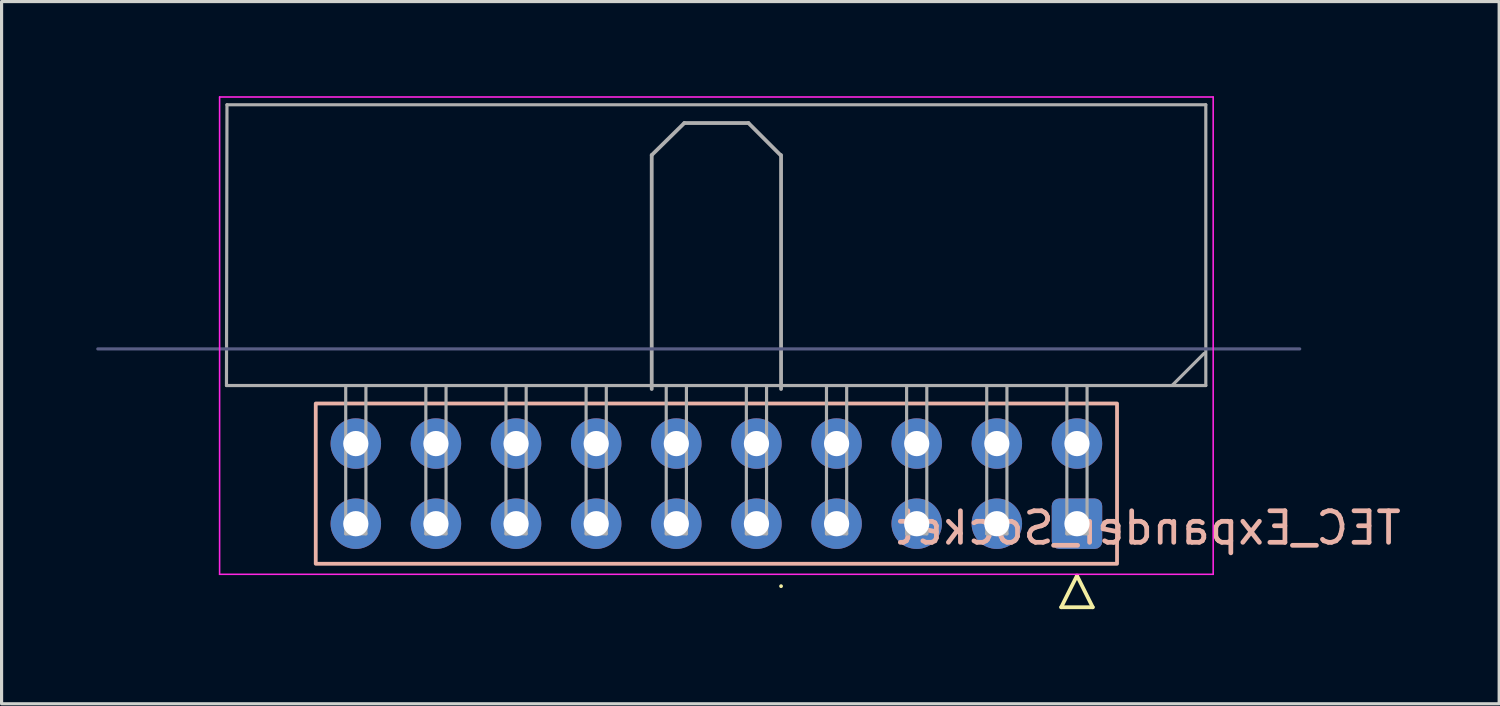
<source format=kicad_pcb>
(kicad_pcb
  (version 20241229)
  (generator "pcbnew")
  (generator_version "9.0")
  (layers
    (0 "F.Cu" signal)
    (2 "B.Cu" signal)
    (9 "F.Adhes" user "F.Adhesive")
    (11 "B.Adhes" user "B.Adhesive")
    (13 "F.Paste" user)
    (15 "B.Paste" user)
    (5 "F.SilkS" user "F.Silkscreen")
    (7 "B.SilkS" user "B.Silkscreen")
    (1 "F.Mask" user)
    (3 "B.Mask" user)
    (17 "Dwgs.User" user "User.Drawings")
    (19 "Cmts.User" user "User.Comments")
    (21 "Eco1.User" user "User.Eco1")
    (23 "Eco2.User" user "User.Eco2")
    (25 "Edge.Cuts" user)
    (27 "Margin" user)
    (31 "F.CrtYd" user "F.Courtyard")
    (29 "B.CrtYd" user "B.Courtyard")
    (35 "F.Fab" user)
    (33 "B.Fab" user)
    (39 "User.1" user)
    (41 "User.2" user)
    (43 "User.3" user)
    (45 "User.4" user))
  (footprint "TEC_Expander_Socket"
    (layer "F.Cu")
    (at 31.089 11.01)
    (property "Reference" "TEC_Expander_Socket" (at 2.282 2.676 180) (layer "B.SilkS") (effects (font (size 1 1) (thickness 0.15)) (justify mirror)))
    (attr through_hole)
    (fp_line (start -9.38 4.521) (end -9.38 4.521) (stroke (width 0.12) (type solid)) (layer "F.SilkS"))
    (fp_line (start -0.5 5.189) (end 0.5 5.189) (stroke (width 0.12) (type solid)) (layer "F.SilkS"))
    (fp_line (start 0 4.189) (end -0.5 5.189) (stroke (width 0.12) (type solid)) (layer "F.SilkS"))
    (fp_line (start 0.5 5.189) (end 0 4.189) (stroke (width 0.12) (type solid)) (layer "F.SilkS"))
    (fp_rect (start 1.27 3.811) (end -24.13 -1.269) (stroke (width 0.12) (type solid)) (fill no) (layer "B.SilkS"))
    (fp_line (start -27.178 -10.985) (end -27.178 4.145) (stroke (width 0.05) (type solid)) (layer "F.CrtYd"))
    (fp_line (start -27.178 4.145) (end 4.318 4.145) (stroke (width 0.05) (type solid)) (layer "F.CrtYd"))
    (fp_line (start 4.318 -10.985) (end -27.178 -10.985) (stroke (width 0.05) (type solid)) (layer "F.CrtYd"))
    (fp_line (start 4.318 4.145) (end 4.318 -10.985) (stroke (width 0.05) (type solid)) (layer "F.CrtYd"))
    (fp_line (start 7.061 -3) (end -31.039 -3) (stroke (width 0.1) (type solid)) (layer "B.Fab"))
    (fp_line (start -26.96 -1.839) (end -26.944 -10.739) (stroke (width 0.1) (type solid)) (layer "F.Fab"))
    (fp_line (start -26.944 -10.739) (end 4.084 -10.739) (stroke (width 0.1) (type solid)) (layer "F.Fab"))
    (fp_line (start -23.18 -1.839) (end -23.18 2.861) (stroke (width 0.1) (type solid)) (layer "F.Fab"))
    (fp_line (start -23.18 2.861) (end -22.54 2.861) (stroke (width 0.1) (type solid)) (layer "F.Fab"))
    (fp_line (start -22.54 2.861) (end -22.54 -1.839) (stroke (width 0.1) (type solid)) (layer "F.Fab"))
    (fp_line (start -20.64 -1.839) (end -20.64 2.861) (stroke (width 0.1) (type solid)) (layer "F.Fab"))
    (fp_line (start -20.64 2.861) (end -20 2.861) (stroke (width 0.1) (type solid)) (layer "F.Fab"))
    (fp_line (start -20 2.861) (end -20 -1.839) (stroke (width 0.1) (type solid)) (layer "F.Fab"))
    (fp_line (start -18.1 -1.839) (end -18.1 2.861) (stroke (width 0.1) (type solid)) (layer "F.Fab"))
    (fp_line (start -18.1 2.861) (end -17.46 2.861) (stroke (width 0.1) (type solid)) (layer "F.Fab"))
    (fp_line (start -17.46 2.861) (end -17.46 -1.839) (stroke (width 0.1) (type solid)) (layer "F.Fab"))
    (fp_line (start -15.56 -1.839) (end -15.56 2.861) (stroke (width 0.1) (type solid)) (layer "F.Fab"))
    (fp_line (start -15.56 2.861) (end -14.92 2.861) (stroke (width 0.1) (type solid)) (layer "F.Fab"))
    (fp_line (start -14.92 2.861) (end -14.92 -1.839) (stroke (width 0.1) (type solid)) (layer "F.Fab"))
    (fp_line (start -13.48 -9.144) (end -12.446 -10.16) (stroke (width 0.12) (type solid)) (layer "F.Fab"))
    (fp_line (start -13.48 -1.729) (end -13.48 -9.144) (stroke (width 0.12) (type solid)) (layer "F.Fab"))
    (fp_line (start -13.02 -1.839) (end -13.02 2.861) (stroke (width 0.1) (type solid)) (layer "F.Fab"))
    (fp_line (start -13.02 2.861) (end -12.38 2.861) (stroke (width 0.1) (type solid)) (layer "F.Fab"))
    (fp_line (start -12.446 -10.16) (end -10.414 -10.16) (stroke (width 0.12) (type solid)) (layer "F.Fab"))
    (fp_line (start -12.38 2.861) (end -12.38 -1.839) (stroke (width 0.1) (type solid)) (layer "F.Fab"))
    (fp_line (start -10.48 -1.839) (end -10.48 2.861) (stroke (width 0.1) (type solid)) (layer "F.Fab"))
    (fp_line (start -10.48 2.861) (end -9.84 2.861) (stroke (width 0.1) (type solid)) (layer "F.Fab"))
    (fp_line (start -9.84 2.861) (end -9.84 -1.839) (stroke (width 0.1) (type solid)) (layer "F.Fab"))
    (fp_line (start -9.398 -9.144) (end -10.414 -10.16) (stroke (width 0.12) (type solid)) (layer "F.Fab"))
    (fp_line (start -9.38 -1.729) (end -9.38 -9.144) (stroke (width 0.12) (type solid)) (layer "F.Fab"))
    (fp_line (start -7.94 -1.839) (end -7.94 2.861) (stroke (width 0.1) (type solid)) (layer "F.Fab"))
    (fp_line (start -7.94 2.861) (end -7.3 2.861) (stroke (width 0.1) (type solid)) (layer "F.Fab"))
    (fp_line (start -7.3 2.861) (end -7.3 -1.839) (stroke (width 0.1) (type solid)) (layer "F.Fab"))
    (fp_line (start -5.4 -1.839) (end -5.4 2.861) (stroke (width 0.1) (type solid)) (layer "F.Fab"))
    (fp_line (start -5.4 2.861) (end -4.76 2.861) (stroke (width 0.1) (type solid)) (layer "F.Fab"))
    (fp_line (start -4.76 2.861) (end -4.76 -1.839) (stroke (width 0.1) (type solid)) (layer "F.Fab"))
    (fp_line (start -2.86 -1.839) (end -2.86 2.861) (stroke (width 0.1) (type solid)) (layer "F.Fab"))
    (fp_line (start -2.86 2.861) (end -2.22 2.861) (stroke (width 0.1) (type solid)) (layer "F.Fab"))
    (fp_line (start -2.22 2.861) (end -2.22 -1.839) (stroke (width 0.1) (type solid)) (layer "F.Fab"))
    (fp_line (start -0.32 -1.839) (end -0.32 2.861) (stroke (width 0.1) (type solid)) (layer "F.Fab"))
    (fp_line (start -0.32 2.861) (end 0.32 2.861) (stroke (width 0.1) (type solid)) (layer "F.Fab"))
    (fp_line (start 0.32 2.861) (end 0.32 -1.839) (stroke (width 0.1) (type solid)) (layer "F.Fab"))
    (fp_line (start 4.028 -2.855) (end 3.028 -1.855) (stroke (width 0.1) (type solid)) (layer "F.Fab"))
    (fp_line (start 4.084 -10.739) (end 4.084 -1.839) (stroke (width 0.1) (type solid)) (layer "F.Fab"))
    (fp_line (start 4.084 -1.839) (end -26.96 -1.839) (stroke (width 0.1) (type solid)) (layer "F.Fab"))
    (pad "1" thru_hole roundrect (at 0 2.541 270) (size 1.6 1.6) (drill 0.8) (layers "*.Cu" "*.Mask") (roundrect_rratio 0.147))
    (pad "2" thru_hole circle (at 0 0.001 270) (size 1.6 1.6) (drill 0.8) (layers "*.Cu" "*.Mask"))
    (pad "3" thru_hole circle (at -2.54 2.541 270) (size 1.6 1.6) (drill 0.8) (layers "*.Cu" "*.Mask"))
    (pad "4" thru_hole circle (at -2.54 0.001 270) (size 1.6 1.6) (drill 0.8) (layers "*.Cu" "*.Mask"))
    (pad "5" thru_hole circle (at -5.08 2.541 270) (size 1.6 1.6) (drill 0.8) (layers "*.Cu" "*.Mask"))
    (pad "6" thru_hole circle (at -5.08 0.001 270) (size 1.6 1.6) (drill 0.8) (layers "*.Cu" "*.Mask"))
    (pad "7" thru_hole circle (at -7.62 2.541 270) (size 1.6 1.6) (drill 0.8) (layers "*.Cu" "*.Mask"))
    (pad "8" thru_hole circle (at -7.62 0.001 270) (size 1.6 1.6) (drill 0.8) (layers "*.Cu" "*.Mask"))
    (pad "9" thru_hole circle (at -10.16 2.541 270) (size 1.6 1.6) (drill 0.8) (layers "*.Cu" "*.Mask"))
    (pad "10" thru_hole circle (at -10.16 0.001 270) (size 1.6 1.6) (drill 0.8) (layers "*.Cu" "*.Mask"))
    (pad "11" thru_hole circle (at -12.7 2.541 270) (size 1.6 1.6) (drill 0.8) (layers "*.Cu" "*.Mask"))
    (pad "12" thru_hole circle (at -12.7 0.001 270) (size 1.6 1.6) (drill 0.8) (layers "*.Cu" "*.Mask"))
    (pad "13" thru_hole circle (at -15.24 2.541 270) (size 1.6 1.6) (drill 0.8) (layers "*.Cu" "*.Mask"))
    (pad "14" thru_hole circle (at -15.24 0.001 270) (size 1.6 1.6) (drill 0.8) (layers "*.Cu" "*.Mask"))
    (pad "15" thru_hole circle (at -17.78 2.541 270) (size 1.6 1.6) (drill 0.8) (layers "*.Cu" "*.Mask"))
    (pad "16" thru_hole circle (at -17.78 0.001 270) (size 1.6 1.6) (drill 0.8) (layers "*.Cu" "*.Mask"))
    (pad "17" thru_hole circle (at -20.32 2.541 270) (size 1.6 1.6) (drill 0.8) (layers "*.Cu" "*.Mask"))
    (pad "18" thru_hole circle (at -20.32 0.001 270) (size 1.6 1.6) (drill 0.8) (layers "*.Cu" "*.Mask"))
    (pad "19" thru_hole circle (at -22.86 2.541 270) (size 1.6 1.6) (drill 0.8) (layers "*.Cu" "*.Mask"))
    (pad "20" thru_hole circle (at -22.86 0.001 270) (size 1.6 1.6) (drill 0.8) (layers "*.Cu" "*.Mask")))
  (gr_rect
    (start -3 -3)
    (end 44.472 19.259)
    (stroke (width 0.1) (type default))
    (fill no)
    (layer "Edge.Cuts")))
</source>
